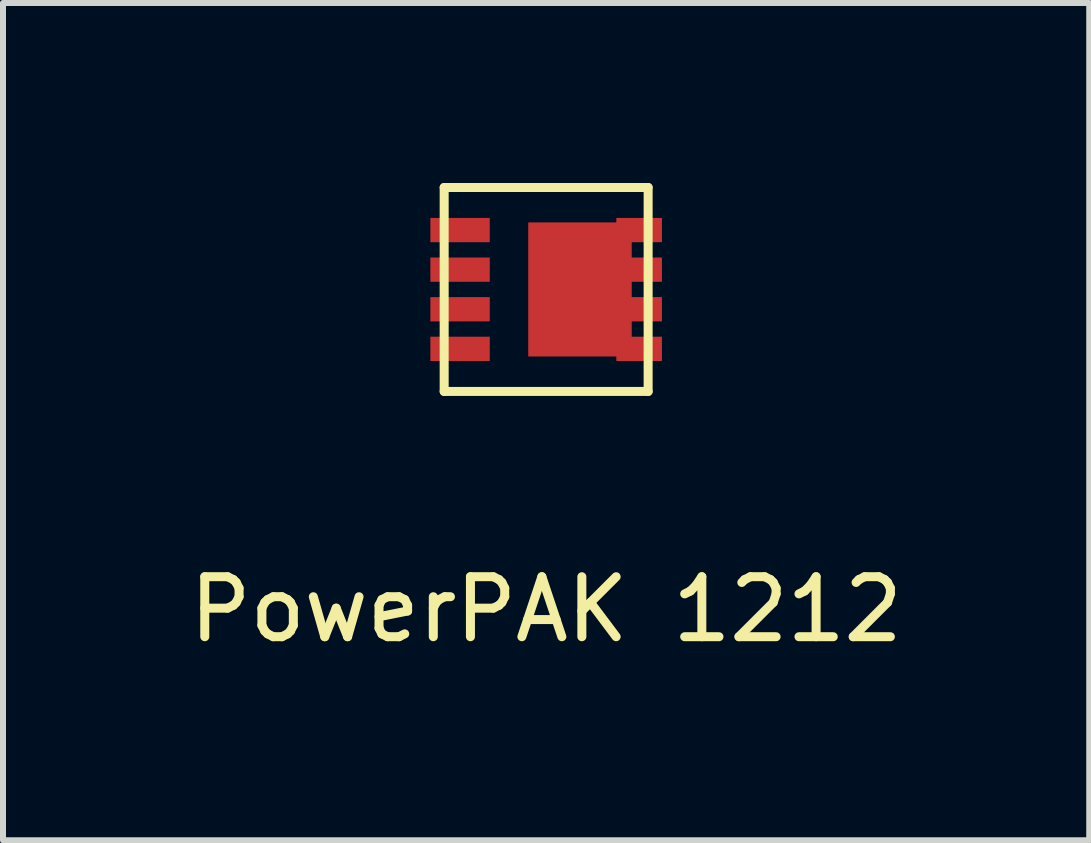
<source format=kicad_pcb>
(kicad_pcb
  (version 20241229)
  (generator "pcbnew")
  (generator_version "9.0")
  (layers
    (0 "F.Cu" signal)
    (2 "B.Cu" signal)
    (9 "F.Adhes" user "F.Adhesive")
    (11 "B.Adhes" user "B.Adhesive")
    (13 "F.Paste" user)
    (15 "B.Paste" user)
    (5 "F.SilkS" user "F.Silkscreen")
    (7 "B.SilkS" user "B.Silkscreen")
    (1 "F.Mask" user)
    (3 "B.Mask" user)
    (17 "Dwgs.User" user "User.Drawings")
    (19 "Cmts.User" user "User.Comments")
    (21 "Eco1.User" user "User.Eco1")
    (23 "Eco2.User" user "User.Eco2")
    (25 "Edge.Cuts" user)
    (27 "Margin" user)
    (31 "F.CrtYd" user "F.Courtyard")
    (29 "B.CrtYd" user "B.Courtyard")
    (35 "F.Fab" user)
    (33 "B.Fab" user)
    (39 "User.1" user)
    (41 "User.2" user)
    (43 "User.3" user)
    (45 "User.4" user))
  (footprint "PowerPAK 1212"
    (layer "F.Cu")
    (at 6.054 1.775)
    (property "Reference" "PowerPAK 1212" (at 0 5.334 0) (layer "F.SilkS") (effects (font (size 1 1) (thickness 0.15))))
    (attr through_hole)
    (fp_line (start -1.7 -1.7) (end 1.7 -1.7) (stroke (width 0.15) (type solid)) (layer "F.SilkS"))
    (fp_line (start -1.7 1.7) (end -1.7 -1.7) (stroke (width 0.15) (type solid)) (layer "F.SilkS"))
    (fp_line (start 1.7 -1.7) (end 1.7 1.7) (stroke (width 0.15) (type solid)) (layer "F.SilkS"))
    (fp_line (start 1.7 1.7) (end -1.7 1.7) (stroke (width 0.15) (type solid)) (layer "F.SilkS"))
    (pad "1" smd rect (at -1.435 -0.99) (size 0.99 0.405) (layers "F.Cu" "F.Mask" "F.Paste"))
    (pad "2" smd rect (at -1.435 -0.33) (size 0.99 0.405) (layers "F.Cu" "F.Mask" "F.Paste"))
    (pad "3" smd rect (at -1.435 0.33) (size 0.99 0.405) (layers "F.Cu" "F.Mask" "F.Paste"))
    (pad "4" smd rect (at -1.435 0.99) (size 0.99 0.405) (layers "F.Cu" "F.Mask" "F.Paste"))
    (pad "5" smd rect (at 0.564 0) (size 1.725 2.235) (layers "F.Cu" "F.Mask" "F.Paste"))
    (pad "5" smd rect (at 1.55 -0.99) (size 0.76 0.405) (layers "F.Cu" "F.Mask" "F.Paste"))
    (pad "5" smd rect (at 1.55 -0.33) (size 0.76 0.405) (layers "F.Cu" "F.Mask" "F.Paste"))
    (pad "5" smd rect (at 1.55 0.33) (size 0.76 0.405) (layers "F.Cu" "F.Mask" "F.Paste"))
    (pad "5" smd rect (at 1.55 0.99) (size 0.76 0.405) (layers "F.Cu" "F.Mask" "F.Paste")))
  (gr_rect
    (start -3 -3)
    (end 15.107 10.957)
    (stroke (width 0.1) (type default))
    (fill no)
    (layer "Edge.Cuts")))
</source>
